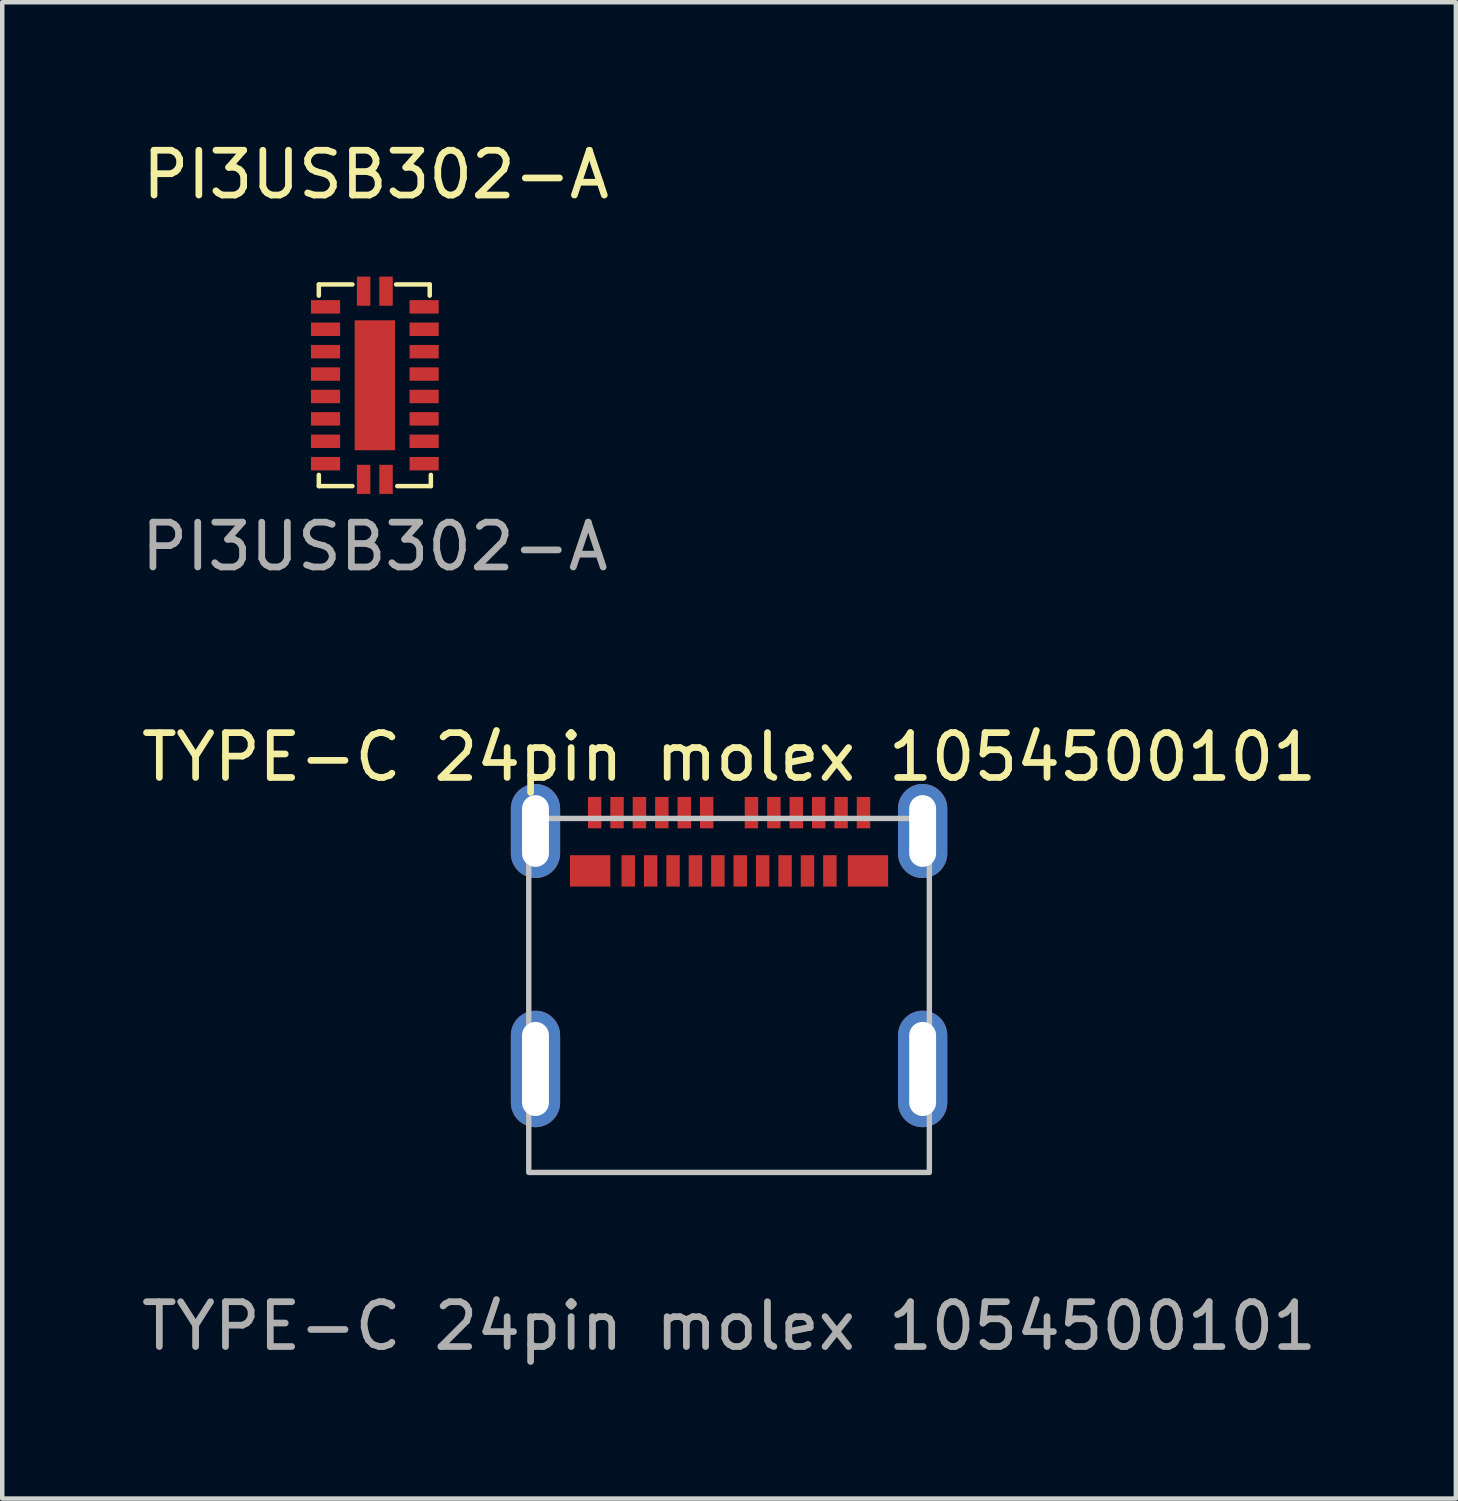
<source format=kicad_pcb>
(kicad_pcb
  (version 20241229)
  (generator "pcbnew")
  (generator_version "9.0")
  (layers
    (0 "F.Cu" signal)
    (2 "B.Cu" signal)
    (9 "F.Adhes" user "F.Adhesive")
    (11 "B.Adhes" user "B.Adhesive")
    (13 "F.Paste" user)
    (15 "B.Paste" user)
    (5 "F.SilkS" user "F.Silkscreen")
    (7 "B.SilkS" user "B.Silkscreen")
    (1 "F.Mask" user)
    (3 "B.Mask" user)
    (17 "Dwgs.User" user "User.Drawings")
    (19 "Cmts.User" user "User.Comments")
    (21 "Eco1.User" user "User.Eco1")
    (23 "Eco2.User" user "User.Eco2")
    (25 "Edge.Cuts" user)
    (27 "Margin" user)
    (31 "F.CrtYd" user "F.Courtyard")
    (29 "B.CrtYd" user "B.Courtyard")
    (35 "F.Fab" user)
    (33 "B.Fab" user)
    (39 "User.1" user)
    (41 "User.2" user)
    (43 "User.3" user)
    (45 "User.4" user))
  (footprint "PI3USB302−A"
    (layer "F.Cu")
    (at 5.315 5.548)
    (property "Reference" "PI3USB302−A" (at 0.025 -4.7 0) (unlocked yes) (layer "F.SilkS") (effects (font (size 1 1) (thickness 0.15))))
    (attr smd)
    (fp_line (start -1.25 -2.25) (end -1.25 -2) (stroke (width 0.1) (type solid)) (layer "F.SilkS"))
    (fp_line (start -1.25 -2.25) (end -0.5 -2.25) (stroke (width 0.1) (type solid)) (layer "F.SilkS"))
    (fp_line (start -1.25 2.25) (end -1.25 2) (stroke (width 0.1) (type solid)) (layer "F.SilkS"))
    (fp_line (start -1.25 2.25) (end -0.5 2.25) (stroke (width 0.1) (type solid)) (layer "F.SilkS"))
    (fp_line (start 1.225 -2.25) (end 0.475 -2.25) (stroke (width 0.1) (type solid)) (layer "F.SilkS"))
    (fp_line (start 1.225 -2.25) (end 1.225 -2) (stroke (width 0.1) (type solid)) (layer "F.SilkS"))
    (fp_line (start 1.25 2.25) (end 0.5 2.25) (stroke (width 0.1) (type solid)) (layer "F.SilkS"))
    (fp_line (start 1.25 2.25) (end 1.25 2) (stroke (width 0.1) (type solid)) (layer "F.SilkS"))
    (fp_text user "${REFERENCE}" (at 0 3.6 0) (unlocked yes) (layer "F.Fab") (effects (font (size 1 1) (thickness 0.15))))
    (pad "1" smd rect (at -1.1 0.25) (size 0.65 0.3) (layers "F.Cu" "F.Mask" "F.Paste"))
    (pad "1" smd rect (at -0.25 -2.1 270) (size 0.65 0.3) (layers "F.Cu" "F.Mask" "F.Paste"))
    (pad "1" smd rect (at -0.25 2.1 270) (size 0.65 0.3) (layers "F.Cu" "F.Mask" "F.Paste"))
    (pad "2" smd rect (at -1.1 -1.75) (size 0.65 0.3) (layers "F.Cu" "F.Mask" "F.Paste"))
    (pad "3" smd rect (at -1.1 -1.25) (size 0.65 0.3) (layers "F.Cu" "F.Mask" "F.Paste"))
    (pad "4" smd rect (at -1.1 -0.75) (size 0.65 0.3) (layers "F.Cu" "F.Mask" "F.Paste"))
    (pad "5" smd rect (at -1.1 -0.25) (size 0.65 0.3) (layers "F.Cu" "F.Mask" "F.Paste"))
    (pad "5" smd rect (at 0 0) (size 0.9 2.9) (layers "F.Cu" "F.Mask" "F.Paste"))
    (pad "5" smd rect (at 0.25 -2.1 270) (size 0.65 0.3) (layers "F.Cu" "F.Mask" "F.Paste"))
    (pad "5" smd rect (at 0.25 2.1 270) (size 0.65 0.3) (layers "F.Cu" "F.Mask" "F.Paste"))
    (pad "7" smd rect (at -1.1 0.75) (size 0.65 0.3) (layers "F.Cu" "F.Mask" "F.Paste"))
    (pad "8" smd rect (at -1.1 1.25) (size 0.65 0.3) (layers "F.Cu" "F.Mask" "F.Paste"))
    (pad "9" smd rect (at -1.1 1.75) (size 0.65 0.3) (layers "F.Cu" "F.Mask" "F.Paste"))
    (pad "12" smd rect (at 1.1 1.75) (size 0.65 0.3) (layers "F.Cu" "F.Mask" "F.Paste"))
    (pad "13" smd rect (at 1.1 1.25) (size 0.65 0.3) (layers "F.Cu" "F.Mask" "F.Paste"))
    (pad "14" smd rect (at 1.1 0.75) (size 0.65 0.3) (layers "F.Cu" "F.Mask" "F.Paste"))
    (pad "15" smd rect (at 1.1 0.25) (size 0.65 0.3) (layers "F.Cu" "F.Mask" "F.Paste"))
    (pad "16" smd rect (at 1.1 -0.25) (size 0.65 0.3) (layers "F.Cu" "F.Mask" "F.Paste"))
    (pad "17" smd rect (at 1.1 -0.75) (size 0.65 0.3) (layers "F.Cu" "F.Mask" "F.Paste"))
    (pad "18" smd rect (at 1.1 -1.25) (size 0.65 0.3) (layers "F.Cu" "F.Mask" "F.Paste"))
    (pad "19" smd rect (at 1.1 -1.75) (size 0.65 0.3) (layers "F.Cu" "F.Mask" "F.Paste")))
  (footprint "TYPE-C 24pin molex 1054500101"
    (layer "F.Cu")
    (at 13.22 17.935)
    (property "Reference" "TYPE-C 24pin molex 1054500101" (at 0 -4.09 0) (unlocked yes) (layer "F.SilkS") (effects (font (size 1 1) (thickness 0.15))))
    (attr smd)
    (fp_rect (start -4.47 5.18) (end 4.47 -2.72) (stroke (width 0.12) (type solid)) (fill no) (layer "Dwgs.User"))
    (fp_line (start -4.5 4.69) (end 4.5 4.69) (stroke (width 0.12) (type solid)) (layer "User.1"))
    (fp_text user "${REFERENCE}" (at 0 8.61 0) (unlocked yes) (layer "F.Fab") (effects (font (size 1 1) (thickness 0.15))))
    (pad "A1" smd rect (at -3 -2.85) (size 0.3 0.7) (layers "F.Cu" "F.Mask" "F.Paste"))
    (pad "A2" smd rect (at -2.5 -2.85) (size 0.3 0.7) (layers "F.Cu" "F.Mask" "F.Paste"))
    (pad "A3" smd rect (at -2 -2.85) (size 0.3 0.7) (layers "F.Cu" "F.Mask" "F.Paste"))
    (pad "A4" smd rect (at -1.5 -2.85) (size 0.3 0.7) (layers "F.Cu" "F.Mask" "F.Paste"))
    (pad "A5" smd rect (at -1 -2.85) (size 0.3 0.7) (layers "F.Cu" "F.Mask" "F.Paste"))
    (pad "A6" smd rect (at -0.5 -2.85) (size 0.3 0.7) (layers "F.Cu" "F.Mask" "F.Paste"))
    (pad "A7" smd rect (at 0.5 -2.85) (size 0.3 0.7) (layers "F.Cu" "F.Mask" "F.Paste"))
    (pad "A8" smd rect (at 1 -2.85) (size 0.3 0.7) (layers "F.Cu" "F.Mask" "F.Paste"))
    (pad "A9" smd rect (at 1.5 -2.85) (size 0.3 0.7) (layers "F.Cu" "F.Mask" "F.Paste"))
    (pad "A10" smd rect (at 2 -2.85) (size 0.3 0.7) (layers "F.Cu" "F.Mask" "F.Paste"))
    (pad "A11" smd rect (at 2.5 -2.85) (size 0.3 0.7) (layers "F.Cu" "F.Mask" "F.Paste"))
    (pad "A12" smd rect (at 3 -2.85) (size 0.3 0.7) (layers "F.Cu" "F.Mask" "F.Paste"))
    (pad "B1" smd rect (at 3.1 -1.55) (size 0.9 0.7) (layers "F.Cu" "F.Mask" "F.Paste"))
    (pad "B2" smd rect (at 2.25 -1.55) (size 0.3 0.7) (layers "F.Cu" "F.Mask" "F.Paste"))
    (pad "B3" smd rect (at 1.75 -1.55) (size 0.3 0.7) (layers "F.Cu" "F.Mask" "F.Paste"))
    (pad "B4" smd rect (at 1.25 -1.55) (size 0.3 0.7) (layers "F.Cu" "F.Mask" "F.Paste"))
    (pad "B5" smd rect (at 0.75 -1.55) (size 0.3 0.7) (layers "F.Cu" "F.Mask" "F.Paste"))
    (pad "B6" smd rect (at 0.25 -1.55) (size 0.3 0.7) (layers "F.Cu" "F.Mask" "F.Paste"))
    (pad "B7" smd rect (at -0.25 -1.55) (size 0.3 0.7) (layers "F.Cu" "F.Mask" "F.Paste"))
    (pad "B8" smd rect (at -0.75 -1.55) (size 0.3 0.7) (layers "F.Cu" "F.Mask" "F.Paste"))
    (pad "B9" smd rect (at -1.25 -1.55) (size 0.3 0.7) (layers "F.Cu" "F.Mask" "F.Paste"))
    (pad "B10" smd rect (at -1.75 -1.55) (size 0.3 0.7) (layers "F.Cu" "F.Mask" "F.Paste"))
    (pad "B11" smd rect (at -2.25 -1.55) (size 0.3 0.7) (layers "F.Cu" "F.Mask" "F.Paste"))
    (pad "B12" smd rect (at -3.1 -1.55) (size 0.9 0.7) (layers "F.Cu" "F.Mask" "F.Paste"))
    (pad "S1" thru_hole oval (at -4.32 -2.44) (size 1.1 2.1) (drill oval 0.6 1.6) (layers "*.Cu" "*.Mask"))
    (pad "S1" thru_hole oval (at -4.32 2.87) (size 1.1 2.6) (drill oval 0.6 2.1) (layers "*.Cu" "*.Mask"))
    (pad "S1" thru_hole oval (at 4.32 -2.44) (size 1.1 2.1) (drill oval 0.6 1.6) (layers "*.Cu" "*.Mask"))
    (pad "S1" thru_hole oval (at 4.32 2.87) (size 1.1 2.6) (drill oval 0.6 2.1) (layers "*.Cu" "*.Mask")))
  (gr_rect
    (start -3 -3)
    (end 29.44 30.393)
    (stroke (width 0.1) (type default))
    (fill no)
    (layer "Edge.Cuts")))
</source>
